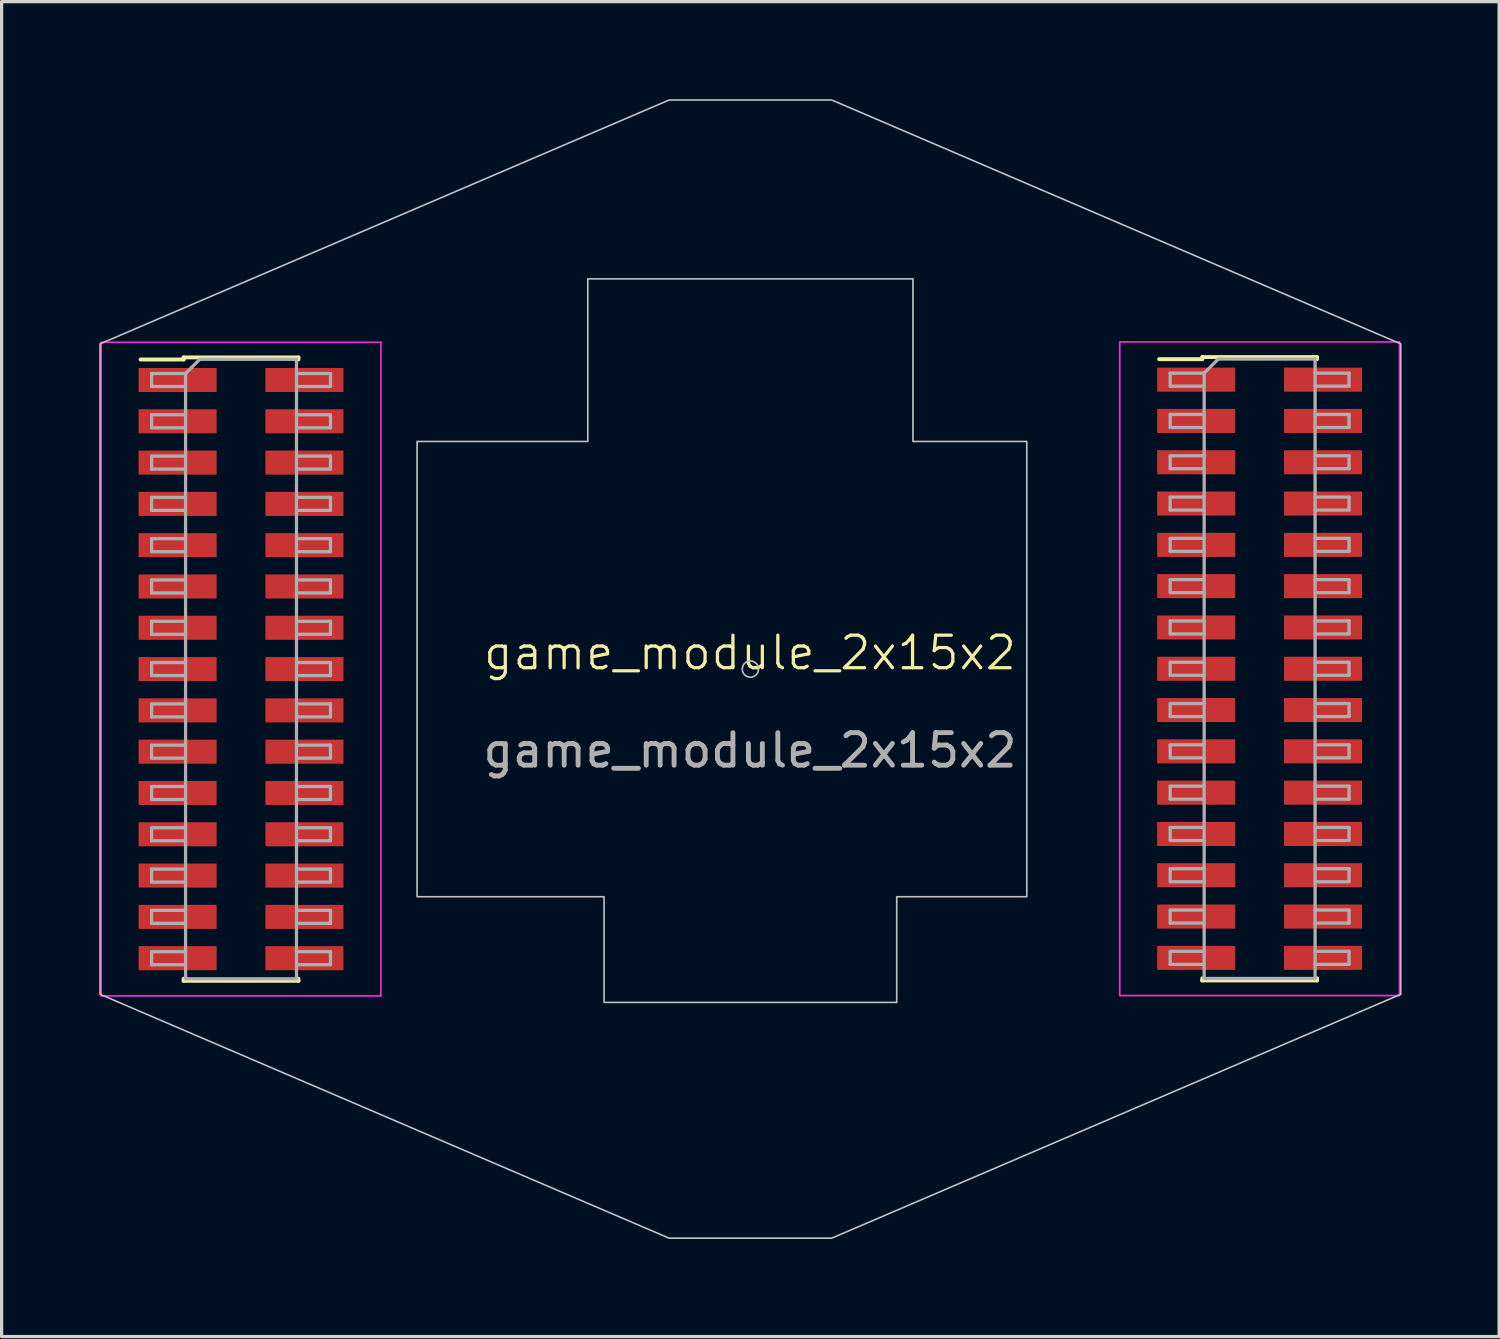
<source format=kicad_pcb>
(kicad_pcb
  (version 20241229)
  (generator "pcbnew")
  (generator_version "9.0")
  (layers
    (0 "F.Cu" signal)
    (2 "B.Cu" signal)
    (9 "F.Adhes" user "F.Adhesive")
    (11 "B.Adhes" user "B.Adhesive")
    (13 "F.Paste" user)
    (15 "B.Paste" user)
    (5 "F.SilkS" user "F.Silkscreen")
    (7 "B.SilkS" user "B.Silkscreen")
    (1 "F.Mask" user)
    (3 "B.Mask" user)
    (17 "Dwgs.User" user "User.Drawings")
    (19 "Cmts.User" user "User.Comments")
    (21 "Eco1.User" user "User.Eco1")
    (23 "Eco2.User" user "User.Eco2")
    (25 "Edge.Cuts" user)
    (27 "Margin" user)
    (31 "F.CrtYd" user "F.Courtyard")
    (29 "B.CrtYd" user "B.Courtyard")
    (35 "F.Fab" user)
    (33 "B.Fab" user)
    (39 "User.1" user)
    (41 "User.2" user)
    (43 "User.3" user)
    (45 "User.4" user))
  (footprint "game_module_2x15x2"
    (layer "F.Cu")
    (at 20.012 17.525)
    (property "Reference" "game_module_2x15x2" (at 0 -0.5 0) (unlocked yes) (layer "F.SilkS") (effects (font (size 1 1) (thickness 0.1))))
    (attr smd)
    (fp_line (start -18.74 -9.52) (end -17.415 -9.52) (stroke (width 0.12) (type solid)) (layer "F.SilkS"))
    (fp_line (start -17.415 -9.585) (end -17.415 -9.52) (stroke (width 0.12) (type solid)) (layer "F.SilkS"))
    (fp_line (start -17.415 -9.585) (end -13.885 -9.585) (stroke (width 0.12) (type solid)) (layer "F.SilkS"))
    (fp_line (start -17.415 9.52) (end -17.415 9.585) (stroke (width 0.12) (type solid)) (layer "F.SilkS"))
    (fp_line (start -17.415 9.585) (end -13.885 9.585) (stroke (width 0.12) (type solid)) (layer "F.SilkS"))
    (fp_line (start -13.885 -9.585) (end -13.885 -9.52) (stroke (width 0.12) (type solid)) (layer "F.SilkS"))
    (fp_line (start -13.885 9.52) (end -13.885 9.585) (stroke (width 0.12) (type solid)) (layer "F.SilkS"))
    (fp_line (start 12.582 -9.53) (end 13.908 -9.53) (stroke (width 0.12) (type solid)) (layer "F.SilkS"))
    (fp_line (start 13.908 -9.595) (end 13.908 -9.53) (stroke (width 0.12) (type solid)) (layer "F.SilkS"))
    (fp_line (start 13.908 -9.595) (end 17.438 -9.595) (stroke (width 0.12) (type solid)) (layer "F.SilkS"))
    (fp_line (start 13.908 9.51) (end 13.908 9.575) (stroke (width 0.12) (type solid)) (layer "F.SilkS"))
    (fp_line (start 13.908 9.575) (end 17.438 9.575) (stroke (width 0.12) (type solid)) (layer "F.SilkS"))
    (fp_line (start 17.438 -9.595) (end 17.438 -9.53) (stroke (width 0.12) (type solid)) (layer "F.SilkS"))
    (fp_line (start 17.438 9.51) (end 17.438 9.575) (stroke (width 0.12) (type solid)) (layer "F.SilkS"))
    (fp_circle (center 0.013 0) (end 0.263 0) (stroke (width 0.05) (type default)) (fill no) (layer "Dwgs.User"))
    (fp_poly (pts (xy -2.487 17.5) (xy 2.513 17.5) (xy 20.013 10) (xy 20.013 -10) (xy 2.513 -17.5) (xy -2.487 -17.5) (xy -19.987 -10) (xy -19.987 10)) (stroke (width 0.05) (type solid)) (fill no) (layer "Dwgs.User"))
    (fp_poly (pts (xy -4.987 -12) (xy 5.013 -12) (xy 5.013 -7) (xy 8.513 -7) (xy 8.513 7) (xy 4.513 7) (xy 4.513 10.25) (xy -4.487 10.25) (xy -4.487 7) (xy -10.237 7) (xy -10.237 -7) (xy -4.987 -7)) (stroke (width 0.05) (type solid)) (fill no) (layer "Dwgs.User"))
    (fp_line (start -19.95 -10.05) (end -19.95 10.05) (stroke (width 0.05) (type solid)) (layer "F.CrtYd"))
    (fp_line (start -19.95 10.05) (end -11.35 10.05) (stroke (width 0.05) (type solid)) (layer "F.CrtYd"))
    (fp_line (start -11.35 -10.05) (end -19.95 -10.05) (stroke (width 0.05) (type solid)) (layer "F.CrtYd"))
    (fp_line (start -11.35 10.05) (end -11.35 -10.05) (stroke (width 0.05) (type solid)) (layer "F.CrtYd"))
    (fp_line (start 11.373 -10.06) (end 11.373 10.04) (stroke (width 0.05) (type solid)) (layer "F.CrtYd"))
    (fp_line (start 11.373 10.04) (end 19.973 10.04) (stroke (width 0.05) (type solid)) (layer "F.CrtYd"))
    (fp_line (start 19.973 -10.06) (end 11.373 -10.06) (stroke (width 0.05) (type solid)) (layer "F.CrtYd"))
    (fp_line (start 19.973 10.04) (end 19.973 -10.06) (stroke (width 0.05) (type solid)) (layer "F.CrtYd"))
    (fp_line (start -18.4 -9.09) (end -18.4 -8.69) (stroke (width 0.1) (type solid)) (layer "F.Fab"))
    (fp_line (start -18.4 -8.69) (end -17.355 -8.69) (stroke (width 0.1) (type solid)) (layer "F.Fab"))
    (fp_line (start -18.4 -7.82) (end -18.4 -7.42) (stroke (width 0.1) (type solid)) (layer "F.Fab"))
    (fp_line (start -18.4 -7.42) (end -17.355 -7.42) (stroke (width 0.1) (type solid)) (layer "F.Fab"))
    (fp_line (start -18.4 -6.55) (end -18.4 -6.15) (stroke (width 0.1) (type solid)) (layer "F.Fab"))
    (fp_line (start -18.4 -6.15) (end -17.355 -6.15) (stroke (width 0.1) (type solid)) (layer "F.Fab"))
    (fp_line (start -18.4 -5.28) (end -18.4 -4.88) (stroke (width 0.1) (type solid)) (layer "F.Fab"))
    (fp_line (start -18.4 -4.88) (end -17.355 -4.88) (stroke (width 0.1) (type solid)) (layer "F.Fab"))
    (fp_line (start -18.4 -4.01) (end -18.4 -3.61) (stroke (width 0.1) (type solid)) (layer "F.Fab"))
    (fp_line (start -18.4 -3.61) (end -17.355 -3.61) (stroke (width 0.1) (type solid)) (layer "F.Fab"))
    (fp_line (start -18.4 -2.74) (end -18.4 -2.34) (stroke (width 0.1) (type solid)) (layer "F.Fab"))
    (fp_line (start -18.4 -2.34) (end -17.355 -2.34) (stroke (width 0.1) (type solid)) (layer "F.Fab"))
    (fp_line (start -18.4 -1.47) (end -18.4 -1.07) (stroke (width 0.1) (type solid)) (layer "F.Fab"))
    (fp_line (start -18.4 -1.07) (end -17.355 -1.07) (stroke (width 0.1) (type solid)) (layer "F.Fab"))
    (fp_line (start -18.4 -0.2) (end -18.4 0.2) (stroke (width 0.1) (type solid)) (layer "F.Fab"))
    (fp_line (start -18.4 0.2) (end -17.355 0.2) (stroke (width 0.1) (type solid)) (layer "F.Fab"))
    (fp_line (start -18.4 1.07) (end -18.4 1.47) (stroke (width 0.1) (type solid)) (layer "F.Fab"))
    (fp_line (start -18.4 1.47) (end -17.355 1.47) (stroke (width 0.1) (type solid)) (layer "F.Fab"))
    (fp_line (start -18.4 2.34) (end -18.4 2.74) (stroke (width 0.1) (type solid)) (layer "F.Fab"))
    (fp_line (start -18.4 2.74) (end -17.355 2.74) (stroke (width 0.1) (type solid)) (layer "F.Fab"))
    (fp_line (start -18.4 3.61) (end -18.4 4.01) (stroke (width 0.1) (type solid)) (layer "F.Fab"))
    (fp_line (start -18.4 4.01) (end -17.355 4.01) (stroke (width 0.1) (type solid)) (layer "F.Fab"))
    (fp_line (start -18.4 4.88) (end -18.4 5.28) (stroke (width 0.1) (type solid)) (layer "F.Fab"))
    (fp_line (start -18.4 5.28) (end -17.355 5.28) (stroke (width 0.1) (type solid)) (layer "F.Fab"))
    (fp_line (start -18.4 6.15) (end -18.4 6.55) (stroke (width 0.1) (type solid)) (layer "F.Fab"))
    (fp_line (start -18.4 6.55) (end -17.355 6.55) (stroke (width 0.1) (type solid)) (layer "F.Fab"))
    (fp_line (start -18.4 7.42) (end -18.4 7.82) (stroke (width 0.1) (type solid)) (layer "F.Fab"))
    (fp_line (start -18.4 7.82) (end -17.355 7.82) (stroke (width 0.1) (type solid)) (layer "F.Fab"))
    (fp_line (start -18.4 8.69) (end -18.4 9.09) (stroke (width 0.1) (type solid)) (layer "F.Fab"))
    (fp_line (start -18.4 9.09) (end -17.355 9.09) (stroke (width 0.1) (type solid)) (layer "F.Fab"))
    (fp_line (start -17.355 -9.09) (end -18.4 -9.09) (stroke (width 0.1) (type solid)) (layer "F.Fab"))
    (fp_line (start -17.355 -9.09) (end -16.92 -9.525) (stroke (width 0.1) (type solid)) (layer "F.Fab"))
    (fp_line (start -17.355 -7.82) (end -18.4 -7.82) (stroke (width 0.1) (type solid)) (layer "F.Fab"))
    (fp_line (start -17.355 -6.55) (end -18.4 -6.55) (stroke (width 0.1) (type solid)) (layer "F.Fab"))
    (fp_line (start -17.355 -5.28) (end -18.4 -5.28) (stroke (width 0.1) (type solid)) (layer "F.Fab"))
    (fp_line (start -17.355 -4.01) (end -18.4 -4.01) (stroke (width 0.1) (type solid)) (layer "F.Fab"))
    (fp_line (start -17.355 -2.74) (end -18.4 -2.74) (stroke (width 0.1) (type solid)) (layer "F.Fab"))
    (fp_line (start -17.355 -1.47) (end -18.4 -1.47) (stroke (width 0.1) (type solid)) (layer "F.Fab"))
    (fp_line (start -17.355 -0.2) (end -18.4 -0.2) (stroke (width 0.1) (type solid)) (layer "F.Fab"))
    (fp_line (start -17.355 1.07) (end -18.4 1.07) (stroke (width 0.1) (type solid)) (layer "F.Fab"))
    (fp_line (start -17.355 2.34) (end -18.4 2.34) (stroke (width 0.1) (type solid)) (layer "F.Fab"))
    (fp_line (start -17.355 3.61) (end -18.4 3.61) (stroke (width 0.1) (type solid)) (layer "F.Fab"))
    (fp_line (start -17.355 4.88) (end -18.4 4.88) (stroke (width 0.1) (type solid)) (layer "F.Fab"))
    (fp_line (start -17.355 6.15) (end -18.4 6.15) (stroke (width 0.1) (type solid)) (layer "F.Fab"))
    (fp_line (start -17.355 7.42) (end -18.4 7.42) (stroke (width 0.1) (type solid)) (layer "F.Fab"))
    (fp_line (start -17.355 8.69) (end -18.4 8.69) (stroke (width 0.1) (type solid)) (layer "F.Fab"))
    (fp_line (start -17.355 9.525) (end -17.355 -9.09) (stroke (width 0.1) (type solid)) (layer "F.Fab"))
    (fp_line (start -16.92 -9.525) (end -13.945 -9.525) (stroke (width 0.1) (type solid)) (layer "F.Fab"))
    (fp_line (start -13.945 -9.525) (end -13.945 9.525) (stroke (width 0.1) (type solid)) (layer "F.Fab"))
    (fp_line (start -13.945 -9.09) (end -12.9 -9.09) (stroke (width 0.1) (type solid)) (layer "F.Fab"))
    (fp_line (start -13.945 -7.82) (end -12.9 -7.82) (stroke (width 0.1) (type solid)) (layer "F.Fab"))
    (fp_line (start -13.945 -6.55) (end -12.9 -6.55) (stroke (width 0.1) (type solid)) (layer "F.Fab"))
    (fp_line (start -13.945 -5.28) (end -12.9 -5.28) (stroke (width 0.1) (type solid)) (layer "F.Fab"))
    (fp_line (start -13.945 -4.01) (end -12.9 -4.01) (stroke (width 0.1) (type solid)) (layer "F.Fab"))
    (fp_line (start -13.945 -2.74) (end -12.9 -2.74) (stroke (width 0.1) (type solid)) (layer "F.Fab"))
    (fp_line (start -13.945 -1.47) (end -12.9 -1.47) (stroke (width 0.1) (type solid)) (layer "F.Fab"))
    (fp_line (start -13.945 -0.2) (end -12.9 -0.2) (stroke (width 0.1) (type solid)) (layer "F.Fab"))
    (fp_line (start -13.945 1.07) (end -12.9 1.07) (stroke (width 0.1) (type solid)) (layer "F.Fab"))
    (fp_line (start -13.945 2.34) (end -12.9 2.34) (stroke (width 0.1) (type solid)) (layer "F.Fab"))
    (fp_line (start -13.945 3.61) (end -12.9 3.61) (stroke (width 0.1) (type solid)) (layer "F.Fab"))
    (fp_line (start -13.945 4.88) (end -12.9 4.88) (stroke (width 0.1) (type solid)) (layer "F.Fab"))
    (fp_line (start -13.945 6.15) (end -12.9 6.15) (stroke (width 0.1) (type solid)) (layer "F.Fab"))
    (fp_line (start -13.945 7.42) (end -12.9 7.42) (stroke (width 0.1) (type solid)) (layer "F.Fab"))
    (fp_line (start -13.945 8.69) (end -12.9 8.69) (stroke (width 0.1) (type solid)) (layer "F.Fab"))
    (fp_line (start -13.945 9.525) (end -17.355 9.525) (stroke (width 0.1) (type solid)) (layer "F.Fab"))
    (fp_line (start -12.9 -9.09) (end -12.9 -8.69) (stroke (width 0.1) (type solid)) (layer "F.Fab"))
    (fp_line (start -12.9 -8.69) (end -13.945 -8.69) (stroke (width 0.1) (type solid)) (layer "F.Fab"))
    (fp_line (start -12.9 -7.82) (end -12.9 -7.42) (stroke (width 0.1) (type solid)) (layer "F.Fab"))
    (fp_line (start -12.9 -7.42) (end -13.945 -7.42) (stroke (width 0.1) (type solid)) (layer "F.Fab"))
    (fp_line (start -12.9 -6.55) (end -12.9 -6.15) (stroke (width 0.1) (type solid)) (layer "F.Fab"))
    (fp_line (start -12.9 -6.15) (end -13.945 -6.15) (stroke (width 0.1) (type solid)) (layer "F.Fab"))
    (fp_line (start -12.9 -5.28) (end -12.9 -4.88) (stroke (width 0.1) (type solid)) (layer "F.Fab"))
    (fp_line (start -12.9 -4.88) (end -13.945 -4.88) (stroke (width 0.1) (type solid)) (layer "F.Fab"))
    (fp_line (start -12.9 -4.01) (end -12.9 -3.61) (stroke (width 0.1) (type solid)) (layer "F.Fab"))
    (fp_line (start -12.9 -3.61) (end -13.945 -3.61) (stroke (width 0.1) (type solid)) (layer "F.Fab"))
    (fp_line (start -12.9 -2.74) (end -12.9 -2.34) (stroke (width 0.1) (type solid)) (layer "F.Fab"))
    (fp_line (start -12.9 -2.34) (end -13.945 -2.34) (stroke (width 0.1) (type solid)) (layer "F.Fab"))
    (fp_line (start -12.9 -1.47) (end -12.9 -1.07) (stroke (width 0.1) (type solid)) (layer "F.Fab"))
    (fp_line (start -12.9 -1.07) (end -13.945 -1.07) (stroke (width 0.1) (type solid)) (layer "F.Fab"))
    (fp_line (start -12.9 -0.2) (end -12.9 0.2) (stroke (width 0.1) (type solid)) (layer "F.Fab"))
    (fp_line (start -12.9 0.2) (end -13.945 0.2) (stroke (width 0.1) (type solid)) (layer "F.Fab"))
    (fp_line (start -12.9 1.07) (end -12.9 1.47) (stroke (width 0.1) (type solid)) (layer "F.Fab"))
    (fp_line (start -12.9 1.47) (end -13.945 1.47) (stroke (width 0.1) (type solid)) (layer "F.Fab"))
    (fp_line (start -12.9 2.34) (end -12.9 2.74) (stroke (width 0.1) (type solid)) (layer "F.Fab"))
    (fp_line (start -12.9 2.74) (end -13.945 2.74) (stroke (width 0.1) (type solid)) (layer "F.Fab"))
    (fp_line (start -12.9 3.61) (end -12.9 4.01) (stroke (width 0.1) (type solid)) (layer "F.Fab"))
    (fp_line (start -12.9 4.01) (end -13.945 4.01) (stroke (width 0.1) (type solid)) (layer "F.Fab"))
    (fp_line (start -12.9 4.88) (end -12.9 5.28) (stroke (width 0.1) (type solid)) (layer "F.Fab"))
    (fp_line (start -12.9 5.28) (end -13.945 5.28) (stroke (width 0.1) (type solid)) (layer "F.Fab"))
    (fp_line (start -12.9 6.15) (end -12.9 6.55) (stroke (width 0.1) (type solid)) (layer "F.Fab"))
    (fp_line (start -12.9 6.55) (end -13.945 6.55) (stroke (width 0.1) (type solid)) (layer "F.Fab"))
    (fp_line (start -12.9 7.42) (end -12.9 7.82) (stroke (width 0.1) (type solid)) (layer "F.Fab"))
    (fp_line (start -12.9 7.82) (end -13.945 7.82) (stroke (width 0.1) (type solid)) (layer "F.Fab"))
    (fp_line (start -12.9 8.69) (end -12.9 9.09) (stroke (width 0.1) (type solid)) (layer "F.Fab"))
    (fp_line (start -12.9 9.09) (end -13.945 9.09) (stroke (width 0.1) (type solid)) (layer "F.Fab"))
    (fp_line (start 12.922 -9.1) (end 12.922 -8.7) (stroke (width 0.1) (type solid)) (layer "F.Fab"))
    (fp_line (start 12.922 -8.7) (end 13.967 -8.7) (stroke (width 0.1) (type solid)) (layer "F.Fab"))
    (fp_line (start 12.922 -7.83) (end 12.922 -7.43) (stroke (width 0.1) (type solid)) (layer "F.Fab"))
    (fp_line (start 12.922 -7.43) (end 13.967 -7.43) (stroke (width 0.1) (type solid)) (layer "F.Fab"))
    (fp_line (start 12.922 -6.56) (end 12.922 -6.16) (stroke (width 0.1) (type solid)) (layer "F.Fab"))
    (fp_line (start 12.922 -6.16) (end 13.967 -6.16) (stroke (width 0.1) (type solid)) (layer "F.Fab"))
    (fp_line (start 12.922 -5.29) (end 12.922 -4.89) (stroke (width 0.1) (type solid)) (layer "F.Fab"))
    (fp_line (start 12.922 -4.89) (end 13.967 -4.89) (stroke (width 0.1) (type solid)) (layer "F.Fab"))
    (fp_line (start 12.922 -4.02) (end 12.922 -3.62) (stroke (width 0.1) (type solid)) (layer "F.Fab"))
    (fp_line (start 12.922 -3.62) (end 13.967 -3.62) (stroke (width 0.1) (type solid)) (layer "F.Fab"))
    (fp_line (start 12.922 -2.75) (end 12.922 -2.35) (stroke (width 0.1) (type solid)) (layer "F.Fab"))
    (fp_line (start 12.922 -2.35) (end 13.967 -2.35) (stroke (width 0.1) (type solid)) (layer "F.Fab"))
    (fp_line (start 12.922 -1.48) (end 12.922 -1.08) (stroke (width 0.1) (type solid)) (layer "F.Fab"))
    (fp_line (start 12.922 -1.08) (end 13.967 -1.08) (stroke (width 0.1) (type solid)) (layer "F.Fab"))
    (fp_line (start 12.922 -0.21) (end 12.922 0.19) (stroke (width 0.1) (type solid)) (layer "F.Fab"))
    (fp_line (start 12.922 0.19) (end 13.967 0.19) (stroke (width 0.1) (type solid)) (layer "F.Fab"))
    (fp_line (start 12.922 1.06) (end 12.922 1.46) (stroke (width 0.1) (type solid)) (layer "F.Fab"))
    (fp_line (start 12.922 1.46) (end 13.967 1.46) (stroke (width 0.1) (type solid)) (layer "F.Fab"))
    (fp_line (start 12.922 2.33) (end 12.922 2.73) (stroke (width 0.1) (type solid)) (layer "F.Fab"))
    (fp_line (start 12.922 2.73) (end 13.967 2.73) (stroke (width 0.1) (type solid)) (layer "F.Fab"))
    (fp_line (start 12.922 3.6) (end 12.922 4) (stroke (width 0.1) (type solid)) (layer "F.Fab"))
    (fp_line (start 12.922 4) (end 13.967 4) (stroke (width 0.1) (type solid)) (layer "F.Fab"))
    (fp_line (start 12.922 4.87) (end 12.922 5.27) (stroke (width 0.1) (type solid)) (layer "F.Fab"))
    (fp_line (start 12.922 5.27) (end 13.967 5.27) (stroke (width 0.1) (type solid)) (layer "F.Fab"))
    (fp_line (start 12.922 6.14) (end 12.922 6.54) (stroke (width 0.1) (type solid)) (layer "F.Fab"))
    (fp_line (start 12.922 6.54) (end 13.967 6.54) (stroke (width 0.1) (type solid)) (layer "F.Fab"))
    (fp_line (start 12.922 7.41) (end 12.922 7.81) (stroke (width 0.1) (type solid)) (layer "F.Fab"))
    (fp_line (start 12.922 7.81) (end 13.967 7.81) (stroke (width 0.1) (type solid)) (layer "F.Fab"))
    (fp_line (start 12.922 8.68) (end 12.922 9.08) (stroke (width 0.1) (type solid)) (layer "F.Fab"))
    (fp_line (start 12.922 9.08) (end 13.967 9.08) (stroke (width 0.1) (type solid)) (layer "F.Fab"))
    (fp_line (start 13.967 -9.1) (end 12.922 -9.1) (stroke (width 0.1) (type solid)) (layer "F.Fab"))
    (fp_line (start 13.967 -9.1) (end 14.402 -9.535) (stroke (width 0.1) (type solid)) (layer "F.Fab"))
    (fp_line (start 13.967 -7.83) (end 12.922 -7.83) (stroke (width 0.1) (type solid)) (layer "F.Fab"))
    (fp_line (start 13.967 -6.56) (end 12.922 -6.56) (stroke (width 0.1) (type solid)) (layer "F.Fab"))
    (fp_line (start 13.967 -5.29) (end 12.922 -5.29) (stroke (width 0.1) (type solid)) (layer "F.Fab"))
    (fp_line (start 13.967 -4.02) (end 12.922 -4.02) (stroke (width 0.1) (type solid)) (layer "F.Fab"))
    (fp_line (start 13.967 -2.75) (end 12.922 -2.75) (stroke (width 0.1) (type solid)) (layer "F.Fab"))
    (fp_line (start 13.967 -1.48) (end 12.922 -1.48) (stroke (width 0.1) (type solid)) (layer "F.Fab"))
    (fp_line (start 13.967 -0.21) (end 12.922 -0.21) (stroke (width 0.1) (type solid)) (layer "F.Fab"))
    (fp_line (start 13.967 1.06) (end 12.922 1.06) (stroke (width 0.1) (type solid)) (layer "F.Fab"))
    (fp_line (start 13.967 2.33) (end 12.922 2.33) (stroke (width 0.1) (type solid)) (layer "F.Fab"))
    (fp_line (start 13.967 3.6) (end 12.922 3.6) (stroke (width 0.1) (type solid)) (layer "F.Fab"))
    (fp_line (start 13.967 4.87) (end 12.922 4.87) (stroke (width 0.1) (type solid)) (layer "F.Fab"))
    (fp_line (start 13.967 6.14) (end 12.922 6.14) (stroke (width 0.1) (type solid)) (layer "F.Fab"))
    (fp_line (start 13.967 7.41) (end 12.922 7.41) (stroke (width 0.1) (type solid)) (layer "F.Fab"))
    (fp_line (start 13.967 8.68) (end 12.922 8.68) (stroke (width 0.1) (type solid)) (layer "F.Fab"))
    (fp_line (start 13.967 9.515) (end 13.967 -9.1) (stroke (width 0.1) (type solid)) (layer "F.Fab"))
    (fp_line (start 14.402 -9.535) (end 17.378 -9.535) (stroke (width 0.1) (type solid)) (layer "F.Fab"))
    (fp_line (start 17.378 -9.535) (end 17.378 9.515) (stroke (width 0.1) (type solid)) (layer "F.Fab"))
    (fp_line (start 17.378 -9.1) (end 18.422 -9.1) (stroke (width 0.1) (type solid)) (layer "F.Fab"))
    (fp_line (start 17.378 -7.83) (end 18.422 -7.83) (stroke (width 0.1) (type solid)) (layer "F.Fab"))
    (fp_line (start 17.378 -6.56) (end 18.422 -6.56) (stroke (width 0.1) (type solid)) (layer "F.Fab"))
    (fp_line (start 17.378 -5.29) (end 18.422 -5.29) (stroke (width 0.1) (type solid)) (layer "F.Fab"))
    (fp_line (start 17.378 -4.02) (end 18.422 -4.02) (stroke (width 0.1) (type solid)) (layer "F.Fab"))
    (fp_line (start 17.378 -2.75) (end 18.422 -2.75) (stroke (width 0.1) (type solid)) (layer "F.Fab"))
    (fp_line (start 17.378 -1.48) (end 18.422 -1.48) (stroke (width 0.1) (type solid)) (layer "F.Fab"))
    (fp_line (start 17.378 -0.21) (end 18.422 -0.21) (stroke (width 0.1) (type solid)) (layer "F.Fab"))
    (fp_line (start 17.378 1.06) (end 18.422 1.06) (stroke (width 0.1) (type solid)) (layer "F.Fab"))
    (fp_line (start 17.378 2.33) (end 18.422 2.33) (stroke (width 0.1) (type solid)) (layer "F.Fab"))
    (fp_line (start 17.378 3.6) (end 18.422 3.6) (stroke (width 0.1) (type solid)) (layer "F.Fab"))
    (fp_line (start 17.378 4.87) (end 18.422 4.87) (stroke (width 0.1) (type solid)) (layer "F.Fab"))
    (fp_line (start 17.378 6.14) (end 18.422 6.14) (stroke (width 0.1) (type solid)) (layer "F.Fab"))
    (fp_line (start 17.378 7.41) (end 18.422 7.41) (stroke (width 0.1) (type solid)) (layer "F.Fab"))
    (fp_line (start 17.378 8.68) (end 18.422 8.68) (stroke (width 0.1) (type solid)) (layer "F.Fab"))
    (fp_line (start 17.378 9.515) (end 13.967 9.515) (stroke (width 0.1) (type solid)) (layer "F.Fab"))
    (fp_line (start 18.422 -9.1) (end 18.422 -8.7) (stroke (width 0.1) (type solid)) (layer "F.Fab"))
    (fp_line (start 18.422 -8.7) (end 17.378 -8.7) (stroke (width 0.1) (type solid)) (layer "F.Fab"))
    (fp_line (start 18.422 -7.83) (end 18.422 -7.43) (stroke (width 0.1) (type solid)) (layer "F.Fab"))
    (fp_line (start 18.422 -7.43) (end 17.378 -7.43) (stroke (width 0.1) (type solid)) (layer "F.Fab"))
    (fp_line (start 18.422 -6.56) (end 18.422 -6.16) (stroke (width 0.1) (type solid)) (layer "F.Fab"))
    (fp_line (start 18.422 -6.16) (end 17.378 -6.16) (stroke (width 0.1) (type solid)) (layer "F.Fab"))
    (fp_line (start 18.422 -5.29) (end 18.422 -4.89) (stroke (width 0.1) (type solid)) (layer "F.Fab"))
    (fp_line (start 18.422 -4.89) (end 17.378 -4.89) (stroke (width 0.1) (type solid)) (layer "F.Fab"))
    (fp_line (start 18.422 -4.02) (end 18.422 -3.62) (stroke (width 0.1) (type solid)) (layer "F.Fab"))
    (fp_line (start 18.422 -3.62) (end 17.378 -3.62) (stroke (width 0.1) (type solid)) (layer "F.Fab"))
    (fp_line (start 18.422 -2.75) (end 18.422 -2.35) (stroke (width 0.1) (type solid)) (layer "F.Fab"))
    (fp_line (start 18.422 -2.35) (end 17.378 -2.35) (stroke (width 0.1) (type solid)) (layer "F.Fab"))
    (fp_line (start 18.422 -1.48) (end 18.422 -1.08) (stroke (width 0.1) (type solid)) (layer "F.Fab"))
    (fp_line (start 18.422 -1.08) (end 17.378 -1.08) (stroke (width 0.1) (type solid)) (layer "F.Fab"))
    (fp_line (start 18.422 -0.21) (end 18.422 0.19) (stroke (width 0.1) (type solid)) (layer "F.Fab"))
    (fp_line (start 18.422 0.19) (end 17.378 0.19) (stroke (width 0.1) (type solid)) (layer "F.Fab"))
    (fp_line (start 18.422 1.06) (end 18.422 1.46) (stroke (width 0.1) (type solid)) (layer "F.Fab"))
    (fp_line (start 18.422 1.46) (end 17.378 1.46) (stroke (width 0.1) (type solid)) (layer "F.Fab"))
    (fp_line (start 18.422 2.33) (end 18.422 2.73) (stroke (width 0.1) (type solid)) (layer "F.Fab"))
    (fp_line (start 18.422 2.73) (end 17.378 2.73) (stroke (width 0.1) (type solid)) (layer "F.Fab"))
    (fp_line (start 18.422 3.6) (end 18.422 4) (stroke (width 0.1) (type solid)) (layer "F.Fab"))
    (fp_line (start 18.422 4) (end 17.378 4) (stroke (width 0.1) (type solid)) (layer "F.Fab"))
    (fp_line (start 18.422 4.87) (end 18.422 5.27) (stroke (width 0.1) (type solid)) (layer "F.Fab"))
    (fp_line (start 18.422 5.27) (end 17.378 5.27) (stroke (width 0.1) (type solid)) (layer "F.Fab"))
    (fp_line (start 18.422 6.14) (end 18.422 6.54) (stroke (width 0.1) (type solid)) (layer "F.Fab"))
    (fp_line (start 18.422 6.54) (end 17.378 6.54) (stroke (width 0.1) (type solid)) (layer "F.Fab"))
    (fp_line (start 18.422 7.41) (end 18.422 7.81) (stroke (width 0.1) (type solid)) (layer "F.Fab"))
    (fp_line (start 18.422 7.81) (end 17.378 7.81) (stroke (width 0.1) (type solid)) (layer "F.Fab"))
    (fp_line (start 18.422 8.68) (end 18.422 9.08) (stroke (width 0.1) (type solid)) (layer "F.Fab"))
    (fp_line (start 18.422 9.08) (end 17.378 9.08) (stroke (width 0.1) (type solid)) (layer "F.Fab"))
    (fp_text user "${REFERENCE}" (at 0 2.5 0) (unlocked yes) (layer "F.Fab") (effects (font (size 1 1) (thickness 0.15))))
    (pad "1" smd rect (at -17.6 -8.89) (size 2.4 0.74) (layers "F.Cu" "F.Mask" "F.Paste"))
    (pad "2" smd rect (at -13.7 -8.89) (size 2.4 0.74) (layers "F.Cu" "F.Mask" "F.Paste"))
    (pad "3" smd rect (at -17.6 -7.62) (size 2.4 0.74) (layers "F.Cu" "F.Mask" "F.Paste"))
    (pad "4" smd rect (at -13.7 -7.62) (size 2.4 0.74) (layers "F.Cu" "F.Mask" "F.Paste"))
    (pad "5" smd rect (at -17.6 -6.35) (size 2.4 0.74) (layers "F.Cu" "F.Mask" "F.Paste"))
    (pad "6" smd rect (at -13.7 -6.35) (size 2.4 0.74) (layers "F.Cu" "F.Mask" "F.Paste"))
    (pad "7" smd rect (at -17.6 -5.08) (size 2.4 0.74) (layers "F.Cu" "F.Mask" "F.Paste"))
    (pad "8" smd rect (at -13.7 -5.08) (size 2.4 0.74) (layers "F.Cu" "F.Mask" "F.Paste"))
    (pad "9" smd rect (at -17.6 -3.81) (size 2.4 0.74) (layers "F.Cu" "F.Mask" "F.Paste"))
    (pad "10" smd rect (at -13.7 -3.81) (size 2.4 0.74) (layers "F.Cu" "F.Mask" "F.Paste"))
    (pad "11" smd rect (at -17.6 -2.54) (size 2.4 0.74) (layers "F.Cu" "F.Mask" "F.Paste"))
    (pad "12" smd rect (at -13.7 -2.54) (size 2.4 0.74) (layers "F.Cu" "F.Mask" "F.Paste"))
    (pad "13" smd rect (at -17.6 -1.27) (size 2.4 0.74) (layers "F.Cu" "F.Mask" "F.Paste"))
    (pad "14" smd rect (at -13.7 -1.27) (size 2.4 0.74) (layers "F.Cu" "F.Mask" "F.Paste"))
    (pad "15" smd rect (at -17.6 0) (size 2.4 0.74) (layers "F.Cu" "F.Mask" "F.Paste"))
    (pad "16" smd rect (at -13.7 0) (size 2.4 0.74) (layers "F.Cu" "F.Mask" "F.Paste"))
    (pad "17" smd rect (at -17.6 1.27) (size 2.4 0.74) (layers "F.Cu" "F.Mask" "F.Paste"))
    (pad "18" smd rect (at -13.7 1.27) (size 2.4 0.74) (layers "F.Cu" "F.Mask" "F.Paste"))
    (pad "19" smd rect (at -17.6 2.54) (size 2.4 0.74) (layers "F.Cu" "F.Mask" "F.Paste"))
    (pad "20" smd rect (at -13.7 2.54) (size 2.4 0.74) (layers "F.Cu" "F.Mask" "F.Paste"))
    (pad "21" smd rect (at -17.6 3.81) (size 2.4 0.74) (layers "F.Cu" "F.Mask" "F.Paste"))
    (pad "22" smd rect (at -13.7 3.81) (size 2.4 0.74) (layers "F.Cu" "F.Mask" "F.Paste"))
    (pad "23" smd rect (at -17.6 5.08) (size 2.4 0.74) (layers "F.Cu" "F.Mask" "F.Paste"))
    (pad "24" smd rect (at -13.7 5.08) (size 2.4 0.74) (layers "F.Cu" "F.Mask" "F.Paste"))
    (pad "25" smd rect (at -17.6 6.35) (size 2.4 0.74) (layers "F.Cu" "F.Mask" "F.Paste"))
    (pad "26" smd rect (at -13.7 6.35) (size 2.4 0.74) (layers "F.Cu" "F.Mask" "F.Paste"))
    (pad "27" smd rect (at -17.6 7.62) (size 2.4 0.74) (layers "F.Cu" "F.Mask" "F.Paste"))
    (pad "28" smd rect (at -13.7 7.62) (size 2.4 0.74) (layers "F.Cu" "F.Mask" "F.Paste"))
    (pad "29" smd rect (at -17.6 8.89) (size 2.4 0.74) (layers "F.Cu" "F.Mask" "F.Paste"))
    (pad "30" smd rect (at -13.7 8.89) (size 2.4 0.74) (layers "F.Cu" "F.Mask" "F.Paste"))
    (pad "31" smd rect (at 13.723 -8.9) (size 2.4 0.74) (layers "F.Cu" "F.Mask" "F.Paste"))
    (pad "32" smd rect (at 17.622 -8.9) (size 2.4 0.74) (layers "F.Cu" "F.Mask" "F.Paste"))
    (pad "33" smd rect (at 13.723 -7.63) (size 2.4 0.74) (layers "F.Cu" "F.Mask" "F.Paste"))
    (pad "34" smd rect (at 17.622 -7.63) (size 2.4 0.74) (layers "F.Cu" "F.Mask" "F.Paste"))
    (pad "35" smd rect (at 13.723 -6.36) (size 2.4 0.74) (layers "F.Cu" "F.Mask" "F.Paste"))
    (pad "36" smd rect (at 17.622 -6.36) (size 2.4 0.74) (layers "F.Cu" "F.Mask" "F.Paste"))
    (pad "37" smd rect (at 13.723 -5.09) (size 2.4 0.74) (layers "F.Cu" "F.Mask" "F.Paste"))
    (pad "38" smd rect (at 17.622 -5.09) (size 2.4 0.74) (layers "F.Cu" "F.Mask" "F.Paste"))
    (pad "39" smd rect (at 13.723 -3.82) (size 2.4 0.74) (layers "F.Cu" "F.Mask" "F.Paste"))
    (pad "40" smd rect (at 17.622 -3.82) (size 2.4 0.74) (layers "F.Cu" "F.Mask" "F.Paste"))
    (pad "41" smd rect (at 13.723 -2.55) (size 2.4 0.74) (layers "F.Cu" "F.Mask" "F.Paste"))
    (pad "42" smd rect (at 17.622 -2.55) (size 2.4 0.74) (layers "F.Cu" "F.Mask" "F.Paste"))
    (pad "43" smd rect (at 13.723 -1.28) (size 2.4 0.74) (layers "F.Cu" "F.Mask" "F.Paste"))
    (pad "44" smd rect (at 17.622 -1.28) (size 2.4 0.74) (layers "F.Cu" "F.Mask" "F.Paste"))
    (pad "45" smd rect (at 13.723 -0.01) (size 2.4 0.74) (layers "F.Cu" "F.Mask" "F.Paste"))
    (pad "46" smd rect (at 17.622 -0.01) (size 2.4 0.74) (layers "F.Cu" "F.Mask" "F.Paste"))
    (pad "47" smd rect (at 13.723 1.26) (size 2.4 0.74) (layers "F.Cu" "F.Mask" "F.Paste"))
    (pad "48" smd rect (at 17.622 1.26) (size 2.4 0.74) (layers "F.Cu" "F.Mask" "F.Paste"))
    (pad "49" smd rect (at 13.723 2.53) (size 2.4 0.74) (layers "F.Cu" "F.Mask" "F.Paste"))
    (pad "50" smd rect (at 17.622 2.53) (size 2.4 0.74) (layers "F.Cu" "F.Mask" "F.Paste"))
    (pad "51" smd rect (at 13.723 3.8) (size 2.4 0.74) (layers "F.Cu" "F.Mask" "F.Paste"))
    (pad "52" smd rect (at 17.622 3.8) (size 2.4 0.74) (layers "F.Cu" "F.Mask" "F.Paste"))
    (pad "53" smd rect (at 13.723 5.07) (size 2.4 0.74) (layers "F.Cu" "F.Mask" "F.Paste"))
    (pad "54" smd rect (at 17.622 5.07) (size 2.4 0.74) (layers "F.Cu" "F.Mask" "F.Paste"))
    (pad "55" smd rect (at 13.723 6.34) (size 2.4 0.74) (layers "F.Cu" "F.Mask" "F.Paste"))
    (pad "56" smd rect (at 17.622 6.34) (size 2.4 0.74) (layers "F.Cu" "F.Mask" "F.Paste"))
    (pad "57" smd rect (at 13.723 7.61) (size 2.4 0.74) (layers "F.Cu" "F.Mask" "F.Paste"))
    (pad "58" smd rect (at 17.622 7.61) (size 2.4 0.74) (layers "F.Cu" "F.Mask" "F.Paste"))
    (pad "59" smd rect (at 13.723 8.88) (size 2.4 0.74) (layers "F.Cu" "F.Mask" "F.Paste"))
    (pad "60" smd rect (at 17.622 8.88) (size 2.4 0.74) (layers "F.Cu" "F.Mask" "F.Paste")))
  (gr_rect
    (start -3 -3)
    (end 43.05 38.05)
    (stroke (width 0.1) (type default))
    (fill no)
    (layer "Edge.Cuts")))
</source>
